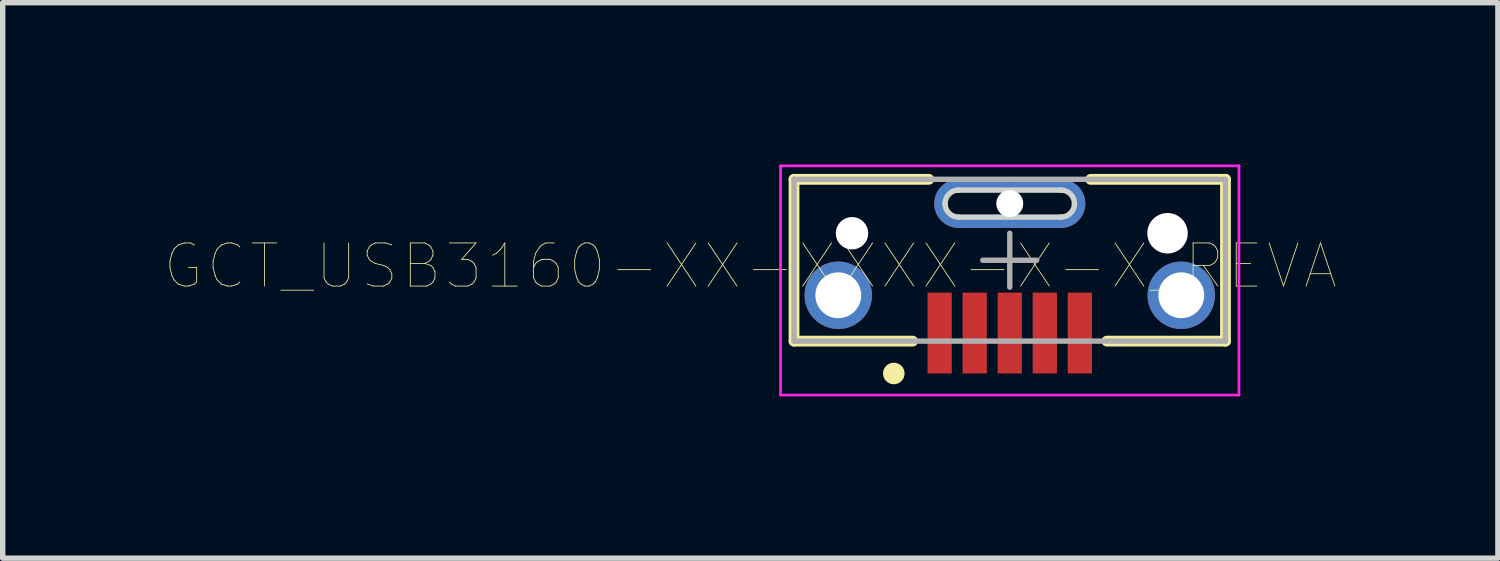
<source format=kicad_pcb>
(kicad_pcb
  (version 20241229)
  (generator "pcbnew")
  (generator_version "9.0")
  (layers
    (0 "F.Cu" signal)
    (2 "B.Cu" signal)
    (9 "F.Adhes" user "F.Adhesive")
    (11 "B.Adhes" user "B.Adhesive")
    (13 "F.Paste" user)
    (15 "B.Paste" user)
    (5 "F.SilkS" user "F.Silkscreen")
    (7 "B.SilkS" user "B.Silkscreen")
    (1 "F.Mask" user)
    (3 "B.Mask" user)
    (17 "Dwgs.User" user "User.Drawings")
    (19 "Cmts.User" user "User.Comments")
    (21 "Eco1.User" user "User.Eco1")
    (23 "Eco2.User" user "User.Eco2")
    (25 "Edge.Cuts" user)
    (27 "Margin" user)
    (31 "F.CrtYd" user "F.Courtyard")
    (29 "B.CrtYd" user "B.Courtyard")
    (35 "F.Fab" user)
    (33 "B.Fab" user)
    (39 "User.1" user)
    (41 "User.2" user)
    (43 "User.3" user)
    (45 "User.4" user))
  (footprint "GCT_USB3160-XX-XXXX-X-X_REVA"
    (layer "F.Cu")
    (at 15.673 1.775)
    (property "Reference" "GCT_USB3160-XX-XXXX-X-X_REVA" (at -4.81 0.11 180) (layer "F.SilkS") (effects (font (size 0.8 0.8) (thickness 0.015))))
    (attr through_hole)
    (fp_poly (pts (xy 0 -1.3) (xy 0 -1.5) (xy 0.95 -1.5) (xy 0.974 -1.499) (xy 0.997 -1.498) (xy 1.02 -1.494) (xy 1.044 -1.49) (xy 1.066 -1.485) (xy 1.089 -1.478) (xy 1.111 -1.47) (xy 1.133 -1.461) (xy 1.154 -1.451) (xy 1.175 -1.44) (xy 1.195 -1.427) (xy 1.215 -1.414) (xy 1.233 -1.4) (xy 1.251 -1.384) (xy 1.268 -1.368) (xy 1.284 -1.351) (xy 1.3 -1.333) (xy 1.314 -1.315) (xy 1.327 -1.295) (xy 1.34 -1.275) (xy 1.351 -1.254) (xy 1.361 -1.233) (xy 1.37 -1.211) (xy 1.378 -1.189) (xy 1.385 -1.166) (xy 1.39 -1.144) (xy 1.394 -1.12) (xy 1.398 -1.097) (xy 1.399 -1.074) (xy 1.4 -1.05) (xy 1.399 -1.026) (xy 1.398 -1.003) (xy 1.394 -0.98) (xy 1.39 -0.956) (xy 1.385 -0.934) (xy 1.378 -0.911) (xy 1.37 -0.889) (xy 1.361 -0.867) (xy 1.351 -0.846) (xy 1.34 -0.825) (xy 1.327 -0.805) (xy 1.314 -0.785) (xy 1.3 -0.767) (xy 1.284 -0.749) (xy 1.268 -0.732) (xy 1.251 -0.716) (xy 1.233 -0.7) (xy 1.215 -0.686) (xy 1.195 -0.673) (xy 1.175 -0.66) (xy 1.154 -0.649) (xy 1.133 -0.639) (xy 1.111 -0.63) (xy 1.089 -0.622) (xy 1.066 -0.615) (xy 1.044 -0.61) (xy 1.02 -0.606) (xy 0.997 -0.602) (xy 0.974 -0.601) (xy 0.95 -0.6) (xy 0 -0.6) (xy 0 -0.8) (xy 0.95 -0.8) (xy 0.963 -0.8) (xy 0.976 -0.801) (xy 0.989 -0.803) (xy 1.002 -0.805) (xy 1.015 -0.809) (xy 1.027 -0.812) (xy 1.04 -0.817) (xy 1.052 -0.822) (xy 1.063 -0.827) (xy 1.075 -0.833) (xy 1.086 -0.84) (xy 1.097 -0.848) (xy 1.107 -0.856) (xy 1.117 -0.864) (xy 1.127 -0.873) (xy 1.136 -0.883) (xy 1.144 -0.893) (xy 1.152 -0.903) (xy 1.16 -0.914) (xy 1.167 -0.925) (xy 1.173 -0.937) (xy 1.178 -0.948) (xy 1.183 -0.96) (xy 1.188 -0.973) (xy 1.191 -0.985) (xy 1.195 -0.998) (xy 1.197 -1.011) (xy 1.199 -1.024) (xy 1.2 -1.037) (xy 1.2 -1.05) (xy 1.2 -1.063) (xy 1.199 -1.076) (xy 1.197 -1.089) (xy 1.195 -1.102) (xy 1.191 -1.115) (xy 1.188 -1.127) (xy 1.183 -1.14) (xy 1.178 -1.152) (xy 1.173 -1.163) (xy 1.167 -1.175) (xy 1.16 -1.186) (xy 1.152 -1.197) (xy 1.144 -1.207) (xy 1.136 -1.217) (xy 1.127 -1.227) (xy 1.117 -1.236) (xy 1.107 -1.244) (xy 1.097 -1.252) (xy 1.086 -1.26) (xy 1.075 -1.267) (xy 1.063 -1.273) (xy 1.052 -1.278) (xy 1.04 -1.283) (xy 1.027 -1.288) (xy 1.015 -1.291) (xy 1.002 -1.295) (xy 0.989 -1.297) (xy 0.976 -1.299) (xy 0.963 -1.3) (xy 0.95 -1.3) (xy 0 -1.3)) (stroke (width 0.001) (type solid)) (fill yes) (layer "F.Cu"))
    (fp_poly (pts (xy 0 -0.8) (xy 0 -0.6) (xy -0.95 -0.6) (xy -0.974 -0.601) (xy -0.997 -0.602) (xy -1.02 -0.606) (xy -1.044 -0.61) (xy -1.066 -0.615) (xy -1.089 -0.622) (xy -1.111 -0.63) (xy -1.133 -0.639) (xy -1.154 -0.649) (xy -1.175 -0.66) (xy -1.195 -0.673) (xy -1.215 -0.686) (xy -1.233 -0.7) (xy -1.251 -0.716) (xy -1.268 -0.732) (xy -1.284 -0.749) (xy -1.3 -0.767) (xy -1.314 -0.785) (xy -1.327 -0.805) (xy -1.34 -0.825) (xy -1.351 -0.846) (xy -1.361 -0.867) (xy -1.37 -0.889) (xy -1.378 -0.911) (xy -1.385 -0.934) (xy -1.39 -0.956) (xy -1.394 -0.98) (xy -1.398 -1.003) (xy -1.399 -1.026) (xy -1.4 -1.05) (xy -1.399 -1.074) (xy -1.398 -1.097) (xy -1.394 -1.12) (xy -1.39 -1.144) (xy -1.385 -1.166) (xy -1.378 -1.189) (xy -1.37 -1.211) (xy -1.361 -1.233) (xy -1.351 -1.254) (xy -1.34 -1.275) (xy -1.327 -1.295) (xy -1.314 -1.315) (xy -1.3 -1.333) (xy -1.284 -1.351) (xy -1.268 -1.368) (xy -1.251 -1.384) (xy -1.233 -1.4) (xy -1.215 -1.414) (xy -1.195 -1.427) (xy -1.175 -1.44) (xy -1.154 -1.451) (xy -1.133 -1.461) (xy -1.111 -1.47) (xy -1.089 -1.478) (xy -1.066 -1.485) (xy -1.044 -1.49) (xy -1.02 -1.494) (xy -0.997 -1.498) (xy -0.974 -1.499) (xy -0.95 -1.5) (xy 0 -1.5) (xy 0 -1.3) (xy -0.95 -1.3) (xy -0.963 -1.3) (xy -0.976 -1.299) (xy -0.989 -1.297) (xy -1.002 -1.295) (xy -1.015 -1.291) (xy -1.027 -1.288) (xy -1.04 -1.283) (xy -1.052 -1.278) (xy -1.063 -1.273) (xy -1.075 -1.267) (xy -1.086 -1.26) (xy -1.097 -1.252) (xy -1.107 -1.244) (xy -1.117 -1.236) (xy -1.127 -1.227) (xy -1.136 -1.217) (xy -1.144 -1.207) (xy -1.152 -1.197) (xy -1.16 -1.186) (xy -1.167 -1.175) (xy -1.173 -1.163) (xy -1.178 -1.152) (xy -1.183 -1.14) (xy -1.188 -1.127) (xy -1.191 -1.115) (xy -1.195 -1.102) (xy -1.197 -1.089) (xy -1.199 -1.076) (xy -1.2 -1.063) (xy -1.2 -1.05) (xy -1.2 -1.037) (xy -1.199 -1.024) (xy -1.197 -1.011) (xy -1.195 -0.998) (xy -1.191 -0.985) (xy -1.188 -0.973) (xy -1.183 -0.96) (xy -1.178 -0.948) (xy -1.173 -0.937) (xy -1.167 -0.925) (xy -1.16 -0.914) (xy -1.152 -0.903) (xy -1.144 -0.893) (xy -1.136 -0.883) (xy -1.127 -0.873) (xy -1.117 -0.864) (xy -1.107 -0.856) (xy -1.097 -0.848) (xy -1.086 -0.84) (xy -1.075 -0.833) (xy -1.063 -0.827) (xy -1.052 -0.822) (xy -1.04 -0.817) (xy -1.027 -0.812) (xy -1.015 -0.809) (xy -1.002 -0.805) (xy -0.989 -0.803) (xy -0.976 -0.801) (xy -0.963 -0.8) (xy -0.95 -0.8) (xy 0 -0.8)) (stroke (width 0.001) (type solid)) (fill yes) (layer "F.Cu"))
    (fp_poly (pts (xy -1.503 -1.6) (xy 1.5 -1.6) (xy 1.5 -0.501) (xy -1.503 -0.501)) (stroke (width 0.01) (type solid)) (fill yes) (layer "F.Mask"))
    (fp_poly (pts (xy 0 -1.3) (xy 0 -1.5) (xy 0.95 -1.5) (xy 0.974 -1.499) (xy 0.997 -1.498) (xy 1.02 -1.494) (xy 1.044 -1.49) (xy 1.066 -1.485) (xy 1.089 -1.478) (xy 1.111 -1.47) (xy 1.133 -1.461) (xy 1.154 -1.451) (xy 1.175 -1.44) (xy 1.195 -1.427) (xy 1.215 -1.414) (xy 1.233 -1.4) (xy 1.251 -1.384) (xy 1.268 -1.368) (xy 1.284 -1.351) (xy 1.3 -1.333) (xy 1.314 -1.315) (xy 1.327 -1.295) (xy 1.34 -1.275) (xy 1.351 -1.254) (xy 1.361 -1.233) (xy 1.37 -1.211) (xy 1.378 -1.189) (xy 1.385 -1.166) (xy 1.39 -1.144) (xy 1.394 -1.12) (xy 1.398 -1.097) (xy 1.399 -1.074) (xy 1.4 -1.05) (xy 1.399 -1.026) (xy 1.398 -1.003) (xy 1.394 -0.98) (xy 1.39 -0.956) (xy 1.385 -0.934) (xy 1.378 -0.911) (xy 1.37 -0.889) (xy 1.361 -0.867) (xy 1.351 -0.846) (xy 1.34 -0.825) (xy 1.327 -0.805) (xy 1.314 -0.785) (xy 1.3 -0.767) (xy 1.284 -0.749) (xy 1.268 -0.732) (xy 1.251 -0.716) (xy 1.233 -0.7) (xy 1.215 -0.686) (xy 1.195 -0.673) (xy 1.175 -0.66) (xy 1.154 -0.649) (xy 1.133 -0.639) (xy 1.111 -0.63) (xy 1.089 -0.622) (xy 1.066 -0.615) (xy 1.044 -0.61) (xy 1.02 -0.606) (xy 0.997 -0.602) (xy 0.974 -0.601) (xy 0.95 -0.6) (xy 0 -0.6) (xy 0 -0.8) (xy 0.95 -0.8) (xy 0.963 -0.8) (xy 0.976 -0.801) (xy 0.989 -0.803) (xy 1.002 -0.805) (xy 1.015 -0.809) (xy 1.027 -0.812) (xy 1.04 -0.817) (xy 1.052 -0.822) (xy 1.063 -0.827) (xy 1.075 -0.833) (xy 1.086 -0.84) (xy 1.097 -0.848) (xy 1.107 -0.856) (xy 1.117 -0.864) (xy 1.127 -0.873) (xy 1.136 -0.883) (xy 1.144 -0.893) (xy 1.152 -0.903) (xy 1.16 -0.914) (xy 1.167 -0.925) (xy 1.173 -0.937) (xy 1.178 -0.948) (xy 1.183 -0.96) (xy 1.188 -0.973) (xy 1.191 -0.985) (xy 1.195 -0.998) (xy 1.197 -1.011) (xy 1.199 -1.024) (xy 1.2 -1.037) (xy 1.2 -1.05) (xy 1.2 -1.063) (xy 1.199 -1.076) (xy 1.197 -1.089) (xy 1.195 -1.102) (xy 1.191 -1.115) (xy 1.188 -1.127) (xy 1.183 -1.14) (xy 1.178 -1.152) (xy 1.173 -1.163) (xy 1.167 -1.175) (xy 1.16 -1.186) (xy 1.152 -1.197) (xy 1.144 -1.207) (xy 1.136 -1.217) (xy 1.127 -1.227) (xy 1.117 -1.236) (xy 1.107 -1.244) (xy 1.097 -1.252) (xy 1.086 -1.26) (xy 1.075 -1.267) (xy 1.063 -1.273) (xy 1.052 -1.278) (xy 1.04 -1.283) (xy 1.027 -1.288) (xy 1.015 -1.291) (xy 1.002 -1.295) (xy 0.989 -1.297) (xy 0.976 -1.299) (xy 0.963 -1.3) (xy 0.95 -1.3) (xy 0 -1.3)) (stroke (width 0.001) (type solid)) (fill yes) (layer "B.Cu"))
    (fp_poly (pts (xy 0 -0.8) (xy 0 -0.6) (xy -0.95 -0.6) (xy -0.974 -0.601) (xy -0.997 -0.602) (xy -1.02 -0.606) (xy -1.044 -0.61) (xy -1.066 -0.615) (xy -1.089 -0.622) (xy -1.111 -0.63) (xy -1.133 -0.639) (xy -1.154 -0.649) (xy -1.175 -0.66) (xy -1.195 -0.673) (xy -1.215 -0.686) (xy -1.233 -0.7) (xy -1.251 -0.716) (xy -1.268 -0.732) (xy -1.284 -0.749) (xy -1.3 -0.767) (xy -1.314 -0.785) (xy -1.327 -0.805) (xy -1.34 -0.825) (xy -1.351 -0.846) (xy -1.361 -0.867) (xy -1.37 -0.889) (xy -1.378 -0.911) (xy -1.385 -0.934) (xy -1.39 -0.956) (xy -1.394 -0.98) (xy -1.398 -1.003) (xy -1.399 -1.026) (xy -1.4 -1.05) (xy -1.399 -1.074) (xy -1.398 -1.097) (xy -1.394 -1.12) (xy -1.39 -1.144) (xy -1.385 -1.166) (xy -1.378 -1.189) (xy -1.37 -1.211) (xy -1.361 -1.233) (xy -1.351 -1.254) (xy -1.34 -1.275) (xy -1.327 -1.295) (xy -1.314 -1.315) (xy -1.3 -1.333) (xy -1.284 -1.351) (xy -1.268 -1.368) (xy -1.251 -1.384) (xy -1.233 -1.4) (xy -1.215 -1.414) (xy -1.195 -1.427) (xy -1.175 -1.44) (xy -1.154 -1.451) (xy -1.133 -1.461) (xy -1.111 -1.47) (xy -1.089 -1.478) (xy -1.066 -1.485) (xy -1.044 -1.49) (xy -1.02 -1.494) (xy -0.997 -1.498) (xy -0.974 -1.499) (xy -0.95 -1.5) (xy 0 -1.5) (xy 0 -1.3) (xy -0.95 -1.3) (xy -0.963 -1.3) (xy -0.976 -1.299) (xy -0.989 -1.297) (xy -1.002 -1.295) (xy -1.015 -1.291) (xy -1.027 -1.288) (xy -1.04 -1.283) (xy -1.052 -1.278) (xy -1.063 -1.273) (xy -1.075 -1.267) (xy -1.086 -1.26) (xy -1.097 -1.252) (xy -1.107 -1.244) (xy -1.117 -1.236) (xy -1.127 -1.227) (xy -1.136 -1.217) (xy -1.144 -1.207) (xy -1.152 -1.197) (xy -1.16 -1.186) (xy -1.167 -1.175) (xy -1.173 -1.163) (xy -1.178 -1.152) (xy -1.183 -1.14) (xy -1.188 -1.127) (xy -1.191 -1.115) (xy -1.195 -1.102) (xy -1.197 -1.089) (xy -1.199 -1.076) (xy -1.2 -1.063) (xy -1.2 -1.05) (xy -1.2 -1.037) (xy -1.199 -1.024) (xy -1.197 -1.011) (xy -1.195 -0.998) (xy -1.191 -0.985) (xy -1.188 -0.973) (xy -1.183 -0.96) (xy -1.178 -0.948) (xy -1.173 -0.937) (xy -1.167 -0.925) (xy -1.16 -0.914) (xy -1.152 -0.903) (xy -1.144 -0.893) (xy -1.136 -0.883) (xy -1.127 -0.873) (xy -1.117 -0.864) (xy -1.107 -0.856) (xy -1.097 -0.848) (xy -1.086 -0.84) (xy -1.075 -0.833) (xy -1.063 -0.827) (xy -1.052 -0.822) (xy -1.04 -0.817) (xy -1.027 -0.812) (xy -1.015 -0.809) (xy -1.002 -0.805) (xy -0.989 -0.803) (xy -0.976 -0.801) (xy -0.963 -0.8) (xy -0.95 -0.8) (xy 0 -0.8)) (stroke (width 0.001) (type solid)) (fill yes) (layer "B.Cu"))
    (fp_poly (pts (xy -1.502 -1.6) (xy 1.5 -1.6) (xy 1.5 -0.501) (xy -1.502 -0.501)) (stroke (width 0.01) (type solid)) (fill yes) (layer "B.Mask"))
    (fp_line (start -4 -1.5) (end -1.5 -1.5) (stroke (width 0.2) (type solid)) (layer "F.SilkS"))
    (fp_line (start -4 1.5) (end -4 -1.5) (stroke (width 0.2) (type solid)) (layer "F.SilkS"))
    (fp_line (start -4 1.5) (end -1.8 1.5) (stroke (width 0.2) (type solid)) (layer "F.SilkS"))
    (fp_line (start 1.5 -1.5) (end 4 -1.5) (stroke (width 0.2) (type solid)) (layer "F.SilkS"))
    (fp_line (start 1.8 1.5) (end 4 1.5) (stroke (width 0.2) (type solid)) (layer "F.SilkS"))
    (fp_line (start 4 1.5) (end 4 -1.5) (stroke (width 0.2) (type solid)) (layer "F.SilkS"))
    (fp_circle (center -2.15 2.1) (end -2.05 2.1) (stroke (width 0.2) (type solid)) (fill no) (layer "F.SilkS"))
    (fp_poly (pts (xy 0 -1.3) (xy 0 -1.5) (xy 0.95 -1.5) (xy 0.974 -1.499) (xy 0.997 -1.498) (xy 1.02 -1.494) (xy 1.044 -1.49) (xy 1.066 -1.485) (xy 1.089 -1.478) (xy 1.111 -1.47) (xy 1.133 -1.461) (xy 1.154 -1.451) (xy 1.175 -1.44) (xy 1.195 -1.427) (xy 1.215 -1.414) (xy 1.233 -1.4) (xy 1.251 -1.384) (xy 1.268 -1.368) (xy 1.284 -1.351) (xy 1.3 -1.333) (xy 1.314 -1.315) (xy 1.327 -1.295) (xy 1.34 -1.275) (xy 1.351 -1.254) (xy 1.361 -1.233) (xy 1.37 -1.211) (xy 1.378 -1.189) (xy 1.385 -1.166) (xy 1.39 -1.144) (xy 1.394 -1.12) (xy 1.398 -1.097) (xy 1.399 -1.074) (xy 1.4 -1.05) (xy 1.399 -1.026) (xy 1.398 -1.003) (xy 1.394 -0.98) (xy 1.39 -0.956) (xy 1.385 -0.934) (xy 1.378 -0.911) (xy 1.37 -0.889) (xy 1.361 -0.867) (xy 1.351 -0.846) (xy 1.34 -0.825) (xy 1.327 -0.805) (xy 1.314 -0.785) (xy 1.3 -0.767) (xy 1.284 -0.749) (xy 1.268 -0.732) (xy 1.251 -0.716) (xy 1.233 -0.7) (xy 1.215 -0.686) (xy 1.195 -0.673) (xy 1.175 -0.66) (xy 1.154 -0.649) (xy 1.133 -0.639) (xy 1.111 -0.63) (xy 1.089 -0.622) (xy 1.066 -0.615) (xy 1.044 -0.61) (xy 1.02 -0.606) (xy 0.997 -0.602) (xy 0.974 -0.601) (xy 0.95 -0.6) (xy 0 -0.6) (xy 0 -0.8) (xy 0.95 -0.8) (xy 0.963 -0.8) (xy 0.976 -0.801) (xy 0.989 -0.803) (xy 1.002 -0.805) (xy 1.015 -0.809) (xy 1.027 -0.812) (xy 1.04 -0.817) (xy 1.052 -0.822) (xy 1.063 -0.827) (xy 1.075 -0.833) (xy 1.086 -0.84) (xy 1.097 -0.848) (xy 1.107 -0.856) (xy 1.117 -0.864) (xy 1.127 -0.873) (xy 1.136 -0.883) (xy 1.144 -0.893) (xy 1.152 -0.903) (xy 1.16 -0.914) (xy 1.167 -0.925) (xy 1.173 -0.937) (xy 1.178 -0.948) (xy 1.183 -0.96) (xy 1.188 -0.973) (xy 1.191 -0.985) (xy 1.195 -0.998) (xy 1.197 -1.011) (xy 1.199 -1.024) (xy 1.2 -1.037) (xy 1.2 -1.05) (xy 1.2 -1.063) (xy 1.199 -1.076) (xy 1.197 -1.089) (xy 1.195 -1.102) (xy 1.191 -1.115) (xy 1.188 -1.127) (xy 1.183 -1.14) (xy 1.178 -1.152) (xy 1.173 -1.163) (xy 1.167 -1.175) (xy 1.16 -1.186) (xy 1.152 -1.197) (xy 1.144 -1.207) (xy 1.136 -1.217) (xy 1.127 -1.227) (xy 1.117 -1.236) (xy 1.107 -1.244) (xy 1.097 -1.252) (xy 1.086 -1.26) (xy 1.075 -1.267) (xy 1.063 -1.273) (xy 1.052 -1.278) (xy 1.04 -1.283) (xy 1.027 -1.288) (xy 1.015 -1.291) (xy 1.002 -1.295) (xy 0.989 -1.297) (xy 0.976 -1.299) (xy 0.963 -1.3) (xy 0.95 -1.3) (xy 0 -1.3)) (stroke (width 0.001) (type solid)) (fill yes) (layer "F.Paste"))
    (fp_poly (pts (xy 0 -0.8) (xy 0 -0.6) (xy -0.95 -0.6) (xy -0.974 -0.601) (xy -0.997 -0.602) (xy -1.02 -0.606) (xy -1.044 -0.61) (xy -1.066 -0.615) (xy -1.089 -0.622) (xy -1.111 -0.63) (xy -1.133 -0.639) (xy -1.154 -0.649) (xy -1.175 -0.66) (xy -1.195 -0.673) (xy -1.215 -0.686) (xy -1.233 -0.7) (xy -1.251 -0.716) (xy -1.268 -0.732) (xy -1.284 -0.749) (xy -1.3 -0.767) (xy -1.314 -0.785) (xy -1.327 -0.805) (xy -1.34 -0.825) (xy -1.351 -0.846) (xy -1.361 -0.867) (xy -1.37 -0.889) (xy -1.378 -0.911) (xy -1.385 -0.934) (xy -1.39 -0.956) (xy -1.394 -0.98) (xy -1.398 -1.003) (xy -1.399 -1.026) (xy -1.4 -1.05) (xy -1.399 -1.074) (xy -1.398 -1.097) (xy -1.394 -1.12) (xy -1.39 -1.144) (xy -1.385 -1.166) (xy -1.378 -1.189) (xy -1.37 -1.211) (xy -1.361 -1.233) (xy -1.351 -1.254) (xy -1.34 -1.275) (xy -1.327 -1.295) (xy -1.314 -1.315) (xy -1.3 -1.333) (xy -1.284 -1.351) (xy -1.268 -1.368) (xy -1.251 -1.384) (xy -1.233 -1.4) (xy -1.215 -1.414) (xy -1.195 -1.427) (xy -1.175 -1.44) (xy -1.154 -1.451) (xy -1.133 -1.461) (xy -1.111 -1.47) (xy -1.089 -1.478) (xy -1.066 -1.485) (xy -1.044 -1.49) (xy -1.02 -1.494) (xy -0.997 -1.498) (xy -0.974 -1.499) (xy -0.95 -1.5) (xy 0 -1.5) (xy 0 -1.3) (xy -0.95 -1.3) (xy -0.963 -1.3) (xy -0.976 -1.299) (xy -0.989 -1.297) (xy -1.002 -1.295) (xy -1.015 -1.291) (xy -1.027 -1.288) (xy -1.04 -1.283) (xy -1.052 -1.278) (xy -1.063 -1.273) (xy -1.075 -1.267) (xy -1.086 -1.26) (xy -1.097 -1.252) (xy -1.107 -1.244) (xy -1.117 -1.236) (xy -1.127 -1.227) (xy -1.136 -1.217) (xy -1.144 -1.207) (xy -1.152 -1.197) (xy -1.16 -1.186) (xy -1.167 -1.175) (xy -1.173 -1.163) (xy -1.178 -1.152) (xy -1.183 -1.14) (xy -1.188 -1.127) (xy -1.191 -1.115) (xy -1.195 -1.102) (xy -1.197 -1.089) (xy -1.199 -1.076) (xy -1.2 -1.063) (xy -1.2 -1.05) (xy -1.2 -1.037) (xy -1.199 -1.024) (xy -1.197 -1.011) (xy -1.195 -0.998) (xy -1.191 -0.985) (xy -1.188 -0.973) (xy -1.183 -0.96) (xy -1.178 -0.948) (xy -1.173 -0.937) (xy -1.167 -0.925) (xy -1.16 -0.914) (xy -1.152 -0.903) (xy -1.144 -0.893) (xy -1.136 -0.883) (xy -1.127 -0.873) (xy -1.117 -0.864) (xy -1.107 -0.856) (xy -1.097 -0.848) (xy -1.086 -0.84) (xy -1.075 -0.833) (xy -1.063 -0.827) (xy -1.052 -0.822) (xy -1.04 -0.817) (xy -1.027 -0.812) (xy -1.015 -0.809) (xy -1.002 -0.805) (xy -0.989 -0.803) (xy -0.976 -0.801) (xy -0.963 -0.8) (xy -0.95 -0.8) (xy 0 -0.8)) (stroke (width 0.001) (type solid)) (fill yes) (layer "F.Paste"))
    (fp_poly (pts (xy 0 -1.3) (xy 0 -1.5) (xy 0.95 -1.5) (xy 0.974 -1.499) (xy 0.997 -1.498) (xy 1.02 -1.494) (xy 1.044 -1.49) (xy 1.066 -1.485) (xy 1.089 -1.478) (xy 1.111 -1.47) (xy 1.133 -1.461) (xy 1.154 -1.451) (xy 1.175 -1.44) (xy 1.195 -1.427) (xy 1.215 -1.414) (xy 1.233 -1.4) (xy 1.251 -1.384) (xy 1.268 -1.368) (xy 1.284 -1.351) (xy 1.3 -1.333) (xy 1.314 -1.315) (xy 1.327 -1.295) (xy 1.34 -1.275) (xy 1.351 -1.254) (xy 1.361 -1.233) (xy 1.37 -1.211) (xy 1.378 -1.189) (xy 1.385 -1.166) (xy 1.39 -1.144) (xy 1.394 -1.12) (xy 1.398 -1.097) (xy 1.399 -1.074) (xy 1.4 -1.05) (xy 1.399 -1.026) (xy 1.398 -1.003) (xy 1.394 -0.98) (xy 1.39 -0.956) (xy 1.385 -0.934) (xy 1.378 -0.911) (xy 1.37 -0.889) (xy 1.361 -0.867) (xy 1.351 -0.846) (xy 1.34 -0.825) (xy 1.327 -0.805) (xy 1.314 -0.785) (xy 1.3 -0.767) (xy 1.284 -0.749) (xy 1.268 -0.732) (xy 1.251 -0.716) (xy 1.233 -0.7) (xy 1.215 -0.686) (xy 1.195 -0.673) (xy 1.175 -0.66) (xy 1.154 -0.649) (xy 1.133 -0.639) (xy 1.111 -0.63) (xy 1.089 -0.622) (xy 1.066 -0.615) (xy 1.044 -0.61) (xy 1.02 -0.606) (xy 0.997 -0.602) (xy 0.974 -0.601) (xy 0.95 -0.6) (xy 0 -0.6) (xy 0 -0.8) (xy 0.95 -0.8) (xy 0.963 -0.8) (xy 0.976 -0.801) (xy 0.989 -0.803) (xy 1.002 -0.805) (xy 1.015 -0.809) (xy 1.027 -0.812) (xy 1.04 -0.817) (xy 1.052 -0.822) (xy 1.063 -0.827) (xy 1.075 -0.833) (xy 1.086 -0.84) (xy 1.097 -0.848) (xy 1.107 -0.856) (xy 1.117 -0.864) (xy 1.127 -0.873) (xy 1.136 -0.883) (xy 1.144 -0.893) (xy 1.152 -0.903) (xy 1.16 -0.914) (xy 1.167 -0.925) (xy 1.173 -0.937) (xy 1.178 -0.948) (xy 1.183 -0.96) (xy 1.188 -0.973) (xy 1.191 -0.985) (xy 1.195 -0.998) (xy 1.197 -1.011) (xy 1.199 -1.024) (xy 1.2 -1.037) (xy 1.2 -1.05) (xy 1.2 -1.063) (xy 1.199 -1.076) (xy 1.197 -1.089) (xy 1.195 -1.102) (xy 1.191 -1.115) (xy 1.188 -1.127) (xy 1.183 -1.14) (xy 1.178 -1.152) (xy 1.173 -1.163) (xy 1.167 -1.175) (xy 1.16 -1.186) (xy 1.152 -1.197) (xy 1.144 -1.207) (xy 1.136 -1.217) (xy 1.127 -1.227) (xy 1.117 -1.236) (xy 1.107 -1.244) (xy 1.097 -1.252) (xy 1.086 -1.26) (xy 1.075 -1.267) (xy 1.063 -1.273) (xy 1.052 -1.278) (xy 1.04 -1.283) (xy 1.027 -1.288) (xy 1.015 -1.291) (xy 1.002 -1.295) (xy 0.989 -1.297) (xy 0.976 -1.299) (xy 0.963 -1.3) (xy 0.95 -1.3) (xy 0 -1.3)) (stroke (width 0.001) (type solid)) (fill yes) (layer "B.Paste"))
    (fp_poly (pts (xy 0 -0.8) (xy 0 -0.6) (xy -0.95 -0.6) (xy -0.974 -0.601) (xy -0.997 -0.602) (xy -1.02 -0.606) (xy -1.044 -0.61) (xy -1.066 -0.615) (xy -1.089 -0.622) (xy -1.111 -0.63) (xy -1.133 -0.639) (xy -1.154 -0.649) (xy -1.175 -0.66) (xy -1.195 -0.673) (xy -1.215 -0.686) (xy -1.233 -0.7) (xy -1.251 -0.716) (xy -1.268 -0.732) (xy -1.284 -0.749) (xy -1.3 -0.767) (xy -1.314 -0.785) (xy -1.327 -0.805) (xy -1.34 -0.825) (xy -1.351 -0.846) (xy -1.361 -0.867) (xy -1.37 -0.889) (xy -1.378 -0.911) (xy -1.385 -0.934) (xy -1.39 -0.956) (xy -1.394 -0.98) (xy -1.398 -1.003) (xy -1.399 -1.026) (xy -1.4 -1.05) (xy -1.399 -1.074) (xy -1.398 -1.097) (xy -1.394 -1.12) (xy -1.39 -1.144) (xy -1.385 -1.166) (xy -1.378 -1.189) (xy -1.37 -1.211) (xy -1.361 -1.233) (xy -1.351 -1.254) (xy -1.34 -1.275) (xy -1.327 -1.295) (xy -1.314 -1.315) (xy -1.3 -1.333) (xy -1.284 -1.351) (xy -1.268 -1.368) (xy -1.251 -1.384) (xy -1.233 -1.4) (xy -1.215 -1.414) (xy -1.195 -1.427) (xy -1.175 -1.44) (xy -1.154 -1.451) (xy -1.133 -1.461) (xy -1.111 -1.47) (xy -1.089 -1.478) (xy -1.066 -1.485) (xy -1.044 -1.49) (xy -1.02 -1.494) (xy -0.997 -1.498) (xy -0.974 -1.499) (xy -0.95 -1.5) (xy 0 -1.5) (xy 0 -1.3) (xy -0.95 -1.3) (xy -0.963 -1.3) (xy -0.976 -1.299) (xy -0.989 -1.297) (xy -1.002 -1.295) (xy -1.015 -1.291) (xy -1.027 -1.288) (xy -1.04 -1.283) (xy -1.052 -1.278) (xy -1.063 -1.273) (xy -1.075 -1.267) (xy -1.086 -1.26) (xy -1.097 -1.252) (xy -1.107 -1.244) (xy -1.117 -1.236) (xy -1.127 -1.227) (xy -1.136 -1.217) (xy -1.144 -1.207) (xy -1.152 -1.197) (xy -1.16 -1.186) (xy -1.167 -1.175) (xy -1.173 -1.163) (xy -1.178 -1.152) (xy -1.183 -1.14) (xy -1.188 -1.127) (xy -1.191 -1.115) (xy -1.195 -1.102) (xy -1.197 -1.089) (xy -1.199 -1.076) (xy -1.2 -1.063) (xy -1.2 -1.05) (xy -1.2 -1.037) (xy -1.199 -1.024) (xy -1.197 -1.011) (xy -1.195 -0.998) (xy -1.191 -0.985) (xy -1.188 -0.973) (xy -1.183 -0.96) (xy -1.178 -0.948) (xy -1.173 -0.937) (xy -1.167 -0.925) (xy -1.16 -0.914) (xy -1.152 -0.903) (xy -1.144 -0.893) (xy -1.136 -0.883) (xy -1.127 -0.873) (xy -1.117 -0.864) (xy -1.107 -0.856) (xy -1.097 -0.848) (xy -1.086 -0.84) (xy -1.075 -0.833) (xy -1.063 -0.827) (xy -1.052 -0.822) (xy -1.04 -0.817) (xy -1.027 -0.812) (xy -1.015 -0.809) (xy -1.002 -0.805) (xy -0.989 -0.803) (xy -0.976 -0.801) (xy -0.963 -0.8) (xy -0.95 -0.8) (xy 0 -0.8)) (stroke (width 0.001) (type solid)) (fill yes) (layer "B.Paste"))
    (fp_line (start -0.95 -1.3) (end 0.95 -1.3) (stroke (width 0.1) (type solid)) (layer "Edge.Cuts"))
    (fp_line (start 0.95 -0.8) (end -0.95 -0.8) (stroke (width 0.1) (type solid)) (layer "Edge.Cuts"))
    (fp_arc (start -1.2 -1.05) (mid -1.126777 -1.226777) (end -0.95 -1.3) (stroke (width 0.1) (type solid)) (layer "Edge.Cuts"))
    (fp_arc (start -0.95 -0.8) (mid -1.126777 -0.873223) (end -1.2 -1.05) (stroke (width 0.1) (type solid)) (layer "Edge.Cuts"))
    (fp_arc (start 0.95 -1.3) (mid 1.126777 -1.226777) (end 1.2 -1.05) (stroke (width 0.1) (type solid)) (layer "Edge.Cuts"))
    (fp_arc (start 1.2 -1.05) (mid 1.126777 -0.873223) (end 0.95 -0.8) (stroke (width 0.1) (type solid)) (layer "Edge.Cuts"))
    (fp_line (start -4.25 -1.75) (end 4.25 -1.75) (stroke (width 0.05) (type solid)) (layer "F.CrtYd"))
    (fp_line (start -4.25 2.5) (end -4.25 -1.75) (stroke (width 0.05) (type solid)) (layer "F.CrtYd"))
    (fp_line (start -4.25 2.5) (end 4.25 2.5) (stroke (width 0.05) (type solid)) (layer "F.CrtYd"))
    (fp_line (start 4.25 2.5) (end 4.25 -1.75) (stroke (width 0.05) (type solid)) (layer "F.CrtYd"))
    (fp_line (start -4 -1.5) (end 4 -1.5) (stroke (width 0.1) (type solid)) (layer "F.Fab"))
    (fp_line (start -4 1.5) (end -4 -1.5) (stroke (width 0.1) (type solid)) (layer "F.Fab"))
    (fp_line (start -4 1.5) (end 4 1.5) (stroke (width 0.1) (type solid)) (layer "F.Fab"))
    (fp_line (start -0.5 0) (end 0.5 0) (stroke (width 0.1) (type solid)) (layer "F.Fab"))
    (fp_line (start 0 0.5) (end 0 -0.5) (stroke (width 0.1) (type solid)) (layer "F.Fab"))
    (fp_line (start 4 1.5) (end 4 -1.5) (stroke (width 0.1) (type solid)) (layer "F.Fab"))
    (pad "" np_thru_hole circle (at -2.925 -0.5) (size 0.6 0.6) (drill 0.6) (layers "*.Cu" "*.Mask"))
    (pad "" np_thru_hole circle (at 0 -1.05) (size 0.5 0.5) (drill 0.5) (layers "*.Cu" "*.Mask"))
    (pad "" np_thru_hole circle (at 2.925 -0.5) (size 0.75 0.75) (drill 0.75) (layers "*.Cu" "*.Mask"))
    (pad "1" smd rect (at -1.3 1.35) (size 0.45 1.5) (layers "F.Cu" "F.Mask" "F.Paste"))
    (pad "2" smd rect (at -0.65 1.35) (size 0.45 1.5) (layers "F.Cu" "F.Mask" "F.Paste"))
    (pad "3" smd rect (at 0 1.35) (size 0.45 1.5) (layers "F.Cu" "F.Mask" "F.Paste"))
    (pad "4" smd rect (at 0.65 1.35) (size 0.45 1.5) (layers "F.Cu" "F.Mask" "F.Paste"))
    (pad "5" smd rect (at 1.3 1.35) (size 0.45 1.5) (layers "F.Cu" "F.Mask" "F.Paste"))
    (pad "6" smd rect (at 0 -1.4) (size 0.1 0.1) (layers "F.Cu"))
    (pad "7" thru_hole circle (at 3.18 0.65) (size 1.25 1.25) (drill 0.85) (layers "*.Cu" "*.Mask"))
    (pad "8" thru_hole circle (at -3.18 0.65) (size 1.25 1.25) (drill 0.85) (layers "*.Cu" "*.Mask")))
  (gr_rect
    (start -3 -3)
    (end 24.724 7.3)
    (stroke (width 0.1) (type default))
    (fill no)
    (layer "Edge.Cuts")))
</source>
